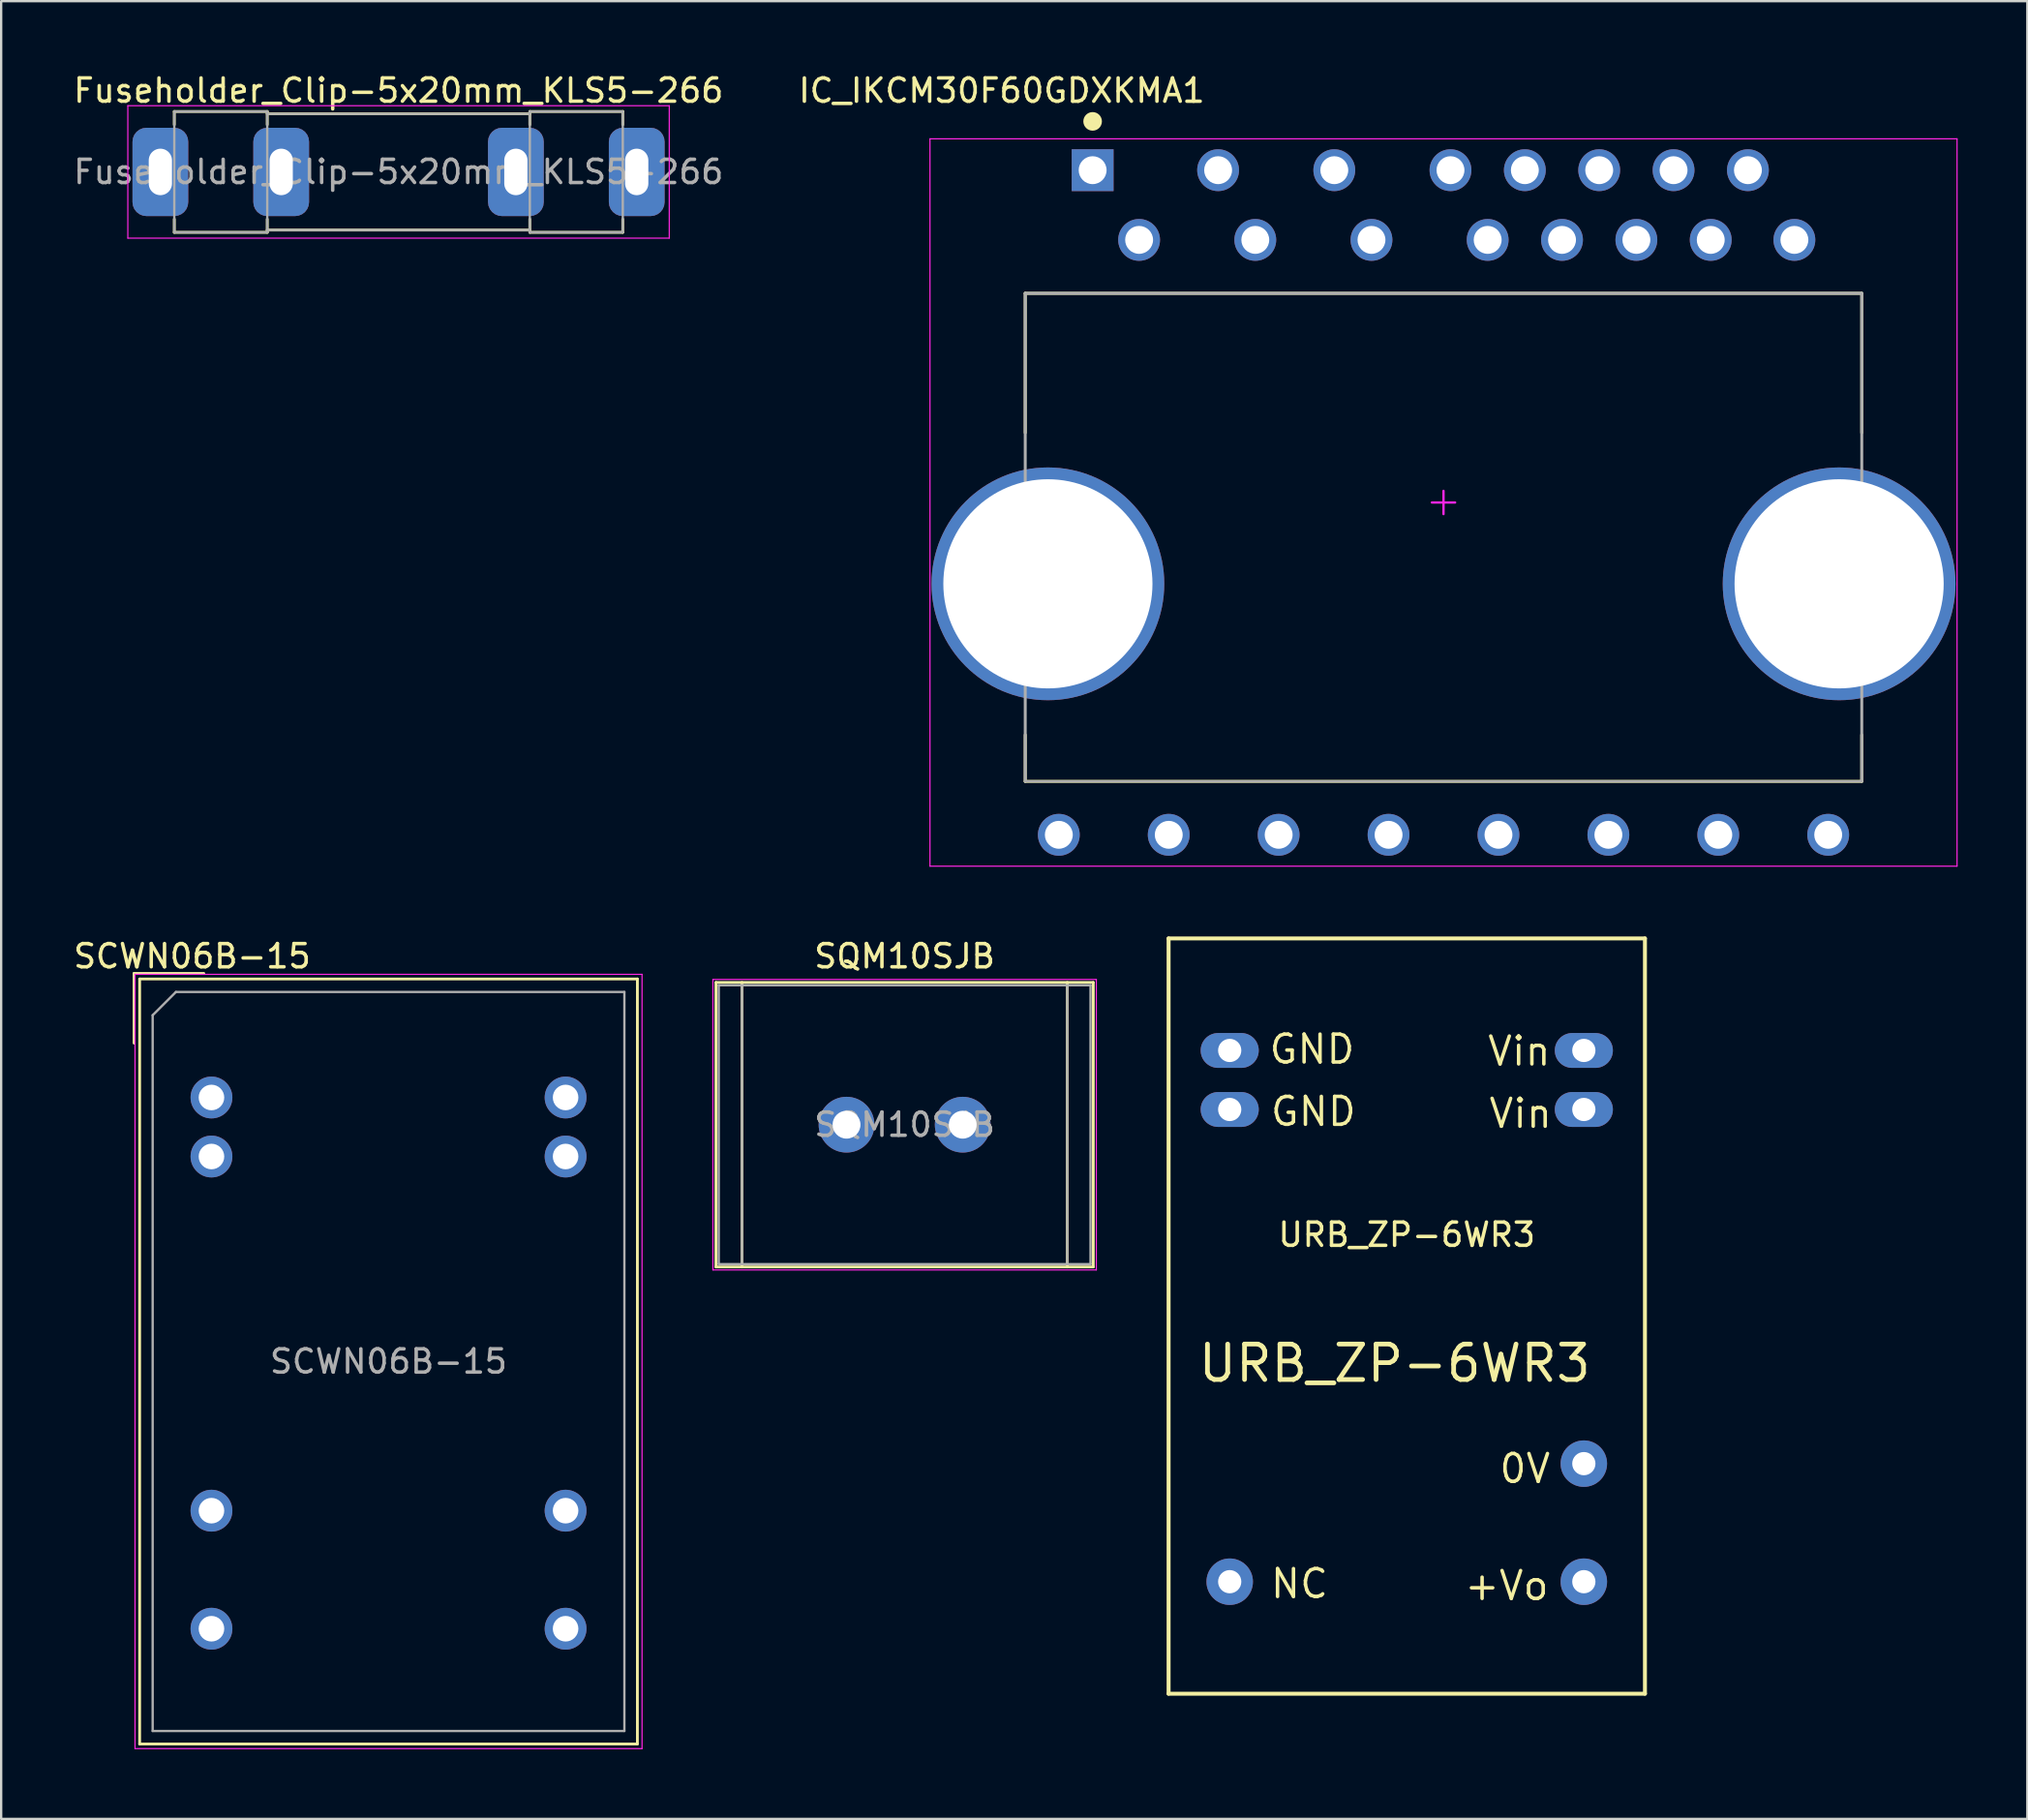
<source format=kicad_pcb>
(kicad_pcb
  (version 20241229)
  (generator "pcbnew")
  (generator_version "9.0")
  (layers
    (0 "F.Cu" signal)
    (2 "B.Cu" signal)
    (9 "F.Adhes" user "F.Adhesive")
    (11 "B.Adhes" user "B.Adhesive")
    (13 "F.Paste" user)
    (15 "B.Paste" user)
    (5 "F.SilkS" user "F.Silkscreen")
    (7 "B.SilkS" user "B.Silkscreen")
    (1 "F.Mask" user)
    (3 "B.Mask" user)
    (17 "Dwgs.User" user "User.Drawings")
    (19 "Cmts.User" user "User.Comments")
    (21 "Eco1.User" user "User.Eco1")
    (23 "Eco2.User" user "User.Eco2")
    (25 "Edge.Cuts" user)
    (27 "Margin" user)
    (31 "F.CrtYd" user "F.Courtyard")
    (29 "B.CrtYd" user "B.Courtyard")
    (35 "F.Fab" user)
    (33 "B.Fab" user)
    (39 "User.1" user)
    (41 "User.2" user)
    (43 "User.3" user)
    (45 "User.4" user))
  (footprint "IC_IKCM30F60GDXKMA1"
    (layer "F.Cu")
    (at 59.071 18.573)
    (property "Reference" "IC_IKCM30F60GDXKMA1" (at -19.012 -17.724 0) (layer "F.SilkS") (effects (font (size 1.002 1.002) (thickness 0.15))))
    (attr through_hole)
    (fp_line (start -18 -9) (end 18 -9) (stroke (width 0.127) (type solid)) (layer "F.SilkS"))
    (fp_line (start -18 -3) (end -18 -9) (stroke (width 0.127) (type solid)) (layer "F.SilkS"))
    (fp_line (start -18 12) (end -18 10) (stroke (width 0.127) (type solid)) (layer "F.SilkS"))
    (fp_line (start -18 12) (end 18 12) (stroke (width 0.127) (type solid)) (layer "F.SilkS"))
    (fp_line (start 18 -3) (end 18 -9) (stroke (width 0.127) (type solid)) (layer "F.SilkS"))
    (fp_line (start 18 12) (end 18 10) (stroke (width 0.127) (type solid)) (layer "F.SilkS"))
    (fp_circle (center -15.1 -16.4) (end -14.9 -16.4) (stroke (width 0.4) (type solid)) (fill no) (layer "F.SilkS"))
    (fp_line (start -22.1 -15.65) (end 22.1 -15.65) (stroke (width 0.05) (type solid)) (layer "F.CrtYd"))
    (fp_line (start -22.1 15.65) (end -22.1 -15.65) (stroke (width 0.05) (type solid)) (layer "F.CrtYd"))
    (fp_line (start -22.1 15.65) (end 22.1 15.65) (stroke (width 0.05) (type solid)) (layer "F.CrtYd"))
    (fp_line (start -0.5 0) (end 0.5 0) (stroke (width 0.1) (type solid)) (layer "F.CrtYd"))
    (fp_line (start 0 0.5) (end 0 -0.5) (stroke (width 0.1) (type solid)) (layer "F.CrtYd"))
    (fp_line (start 22.1 15.65) (end 22.1 -15.65) (stroke (width 0.05) (type solid)) (layer "F.CrtYd"))
    (fp_line (start -18 -9) (end 18 -9) (stroke (width 0.127) (type solid)) (layer "F.Fab"))
    (fp_line (start -18 12) (end -18 -9) (stroke (width 0.127) (type solid)) (layer "F.Fab"))
    (fp_line (start -18 12) (end 18 12) (stroke (width 0.1) (type solid)) (layer "F.Fab"))
    (fp_line (start 18 12) (end 18 -9) (stroke (width 0.127) (type solid)) (layer "F.Fab"))
    (pad "1" thru_hole rect (at -15.1 -14.3) (size 1.8 1.8) (drill 1.2) (layers "*.Cu" "*.Mask"))
    (pad "2" thru_hole circle (at -13.1 -11.3) (size 1.8 1.8) (drill 1.2) (layers "*.Cu" "*.Mask"))
    (pad "3" thru_hole circle (at -9.7 -14.3) (size 1.8 1.8) (drill 1.2) (layers "*.Cu" "*.Mask"))
    (pad "4" thru_hole circle (at -8.1 -11.3) (size 1.8 1.8) (drill 1.2) (layers "*.Cu" "*.Mask"))
    (pad "5" thru_hole circle (at -4.7 -14.3) (size 1.8 1.8) (drill 1.2) (layers "*.Cu" "*.Mask"))
    (pad "6" thru_hole circle (at -3.1 -11.3) (size 1.8 1.8) (drill 1.2) (layers "*.Cu" "*.Mask"))
    (pad "7" thru_hole circle (at 0.3 -14.3) (size 1.8 1.8) (drill 1.2) (layers "*.Cu" "*.Mask"))
    (pad "8" thru_hole circle (at 1.9 -11.3) (size 1.8 1.8) (drill 1.2) (layers "*.Cu" "*.Mask"))
    (pad "9" thru_hole circle (at 3.5 -14.3) (size 1.8 1.8) (drill 1.2) (layers "*.Cu" "*.Mask"))
    (pad "10" thru_hole circle (at 5.1 -11.3) (size 1.8 1.8) (drill 1.2) (layers "*.Cu" "*.Mask"))
    (pad "11" thru_hole circle (at 6.7 -14.3) (size 1.8 1.8) (drill 1.2) (layers "*.Cu" "*.Mask"))
    (pad "12" thru_hole circle (at 8.3 -11.3) (size 1.8 1.8) (drill 1.2) (layers "*.Cu" "*.Mask"))
    (pad "13" thru_hole circle (at 9.9 -14.3) (size 1.8 1.8) (drill 1.2) (layers "*.Cu" "*.Mask"))
    (pad "14" thru_hole circle (at 11.5 -11.3) (size 1.8 1.8) (drill 1.2) (layers "*.Cu" "*.Mask"))
    (pad "15" thru_hole circle (at 13.1 -14.3) (size 1.8 1.8) (drill 1.2) (layers "*.Cu" "*.Mask"))
    (pad "16" thru_hole circle (at 15.1 -11.3) (size 1.8 1.8) (drill 1.2) (layers "*.Cu" "*.Mask"))
    (pad "17" thru_hole circle (at 16.555 14.3) (size 1.8 1.8) (drill 1.2) (layers "*.Cu" "*.Mask"))
    (pad "18" thru_hole circle (at 11.825 14.3) (size 1.8 1.8) (drill 1.2) (layers "*.Cu" "*.Mask"))
    (pad "19" thru_hole circle (at 7.095 14.3) (size 1.8 1.8) (drill 1.2) (layers "*.Cu" "*.Mask"))
    (pad "20" thru_hole circle (at 2.365 14.3) (size 1.8 1.8) (drill 1.2) (layers "*.Cu" "*.Mask"))
    (pad "21" thru_hole circle (at -2.365 14.3) (size 1.8 1.8) (drill 1.2) (layers "*.Cu" "*.Mask"))
    (pad "22" thru_hole circle (at -7.095 14.3) (size 1.8 1.8) (drill 1.2) (layers "*.Cu" "*.Mask"))
    (pad "23" thru_hole circle (at -11.825 14.3) (size 1.8 1.8) (drill 1.2) (layers "*.Cu" "*.Mask"))
    (pad "24" thru_hole circle (at -16.555 14.3) (size 1.8 1.8) (drill 1.2) (layers "*.Cu" "*.Mask"))
    (pad "25" thru_hole circle (at -17.025 3.5) (size 10.016 10.016) (drill 9) (layers "*.Cu"))
    (pad "26" thru_hole circle (at 17.025 3.5) (size 10.016 10.016) (drill 9) (layers "*.Cu")))
  (footprint "SCWN06B-15"
    (layer "F.Cu")
    (at 6.05 41.637)
    (property "Reference" "SCWN06B-15" (at -0.83 -3.54 0) (layer "F.SilkS") (effects (font (size 1 1) (thickness 0.15))))
    (attr through_hole)
    (fp_line (start -3.33 -2.8) (end -0.33 -2.8) (stroke (width 0.12) (type solid)) (layer "F.SilkS"))
    (fp_line (start -3.33 0.2) (end -3.33 -2.8) (stroke (width 0.12) (type solid)) (layer "F.SilkS"))
    (fp_line (start -3.09 -2.56) (end -3.09 30.36) (stroke (width 0.12) (type solid)) (layer "F.SilkS"))
    (fp_line (start -3.09 -2.56) (end 18.33 -2.56) (stroke (width 0.12) (type solid)) (layer "F.SilkS"))
    (fp_line (start -3.09 30.36) (end 18.33 30.36) (stroke (width 0.12) (type solid)) (layer "F.SilkS"))
    (fp_line (start 18.33 -2.56) (end 18.33 30.36) (stroke (width 0.12) (type solid)) (layer "F.SilkS"))
    (fp_line (start -3.29 -2.76) (end -3.29 30.56) (stroke (width 0.05) (type solid)) (layer "F.CrtYd"))
    (fp_line (start -3.29 30.56) (end 18.53 30.56) (stroke (width 0.05) (type solid)) (layer "F.CrtYd"))
    (fp_line (start 18.53 -2.76) (end -3.29 -2.76) (stroke (width 0.05) (type solid)) (layer "F.CrtYd"))
    (fp_line (start 18.53 30.56) (end 18.53 -2.76) (stroke (width 0.05) (type solid)) (layer "F.CrtYd"))
    (fp_line (start -2.53 -1) (end -1.53 -2) (stroke (width 0.1) (type solid)) (layer "F.Fab"))
    (fp_line (start -2.53 29.8) (end -2.53 -1) (stroke (width 0.1) (type solid)) (layer "F.Fab"))
    (fp_line (start -1.53 -2) (end 17.77 -2) (stroke (width 0.1) (type solid)) (layer "F.Fab"))
    (fp_line (start 17.77 -2) (end 17.77 29.8) (stroke (width 0.1) (type solid)) (layer "F.Fab"))
    (fp_line (start 17.77 29.8) (end -2.53 29.8) (stroke (width 0.1) (type solid)) (layer "F.Fab"))
    (fp_text user "${REFERENCE}" (at 7.62 13.9 0) (layer "F.Fab") (effects (font (size 1 1) (thickness 0.15))))
    (pad "2" thru_hole circle (at 0 2.54) (size 1.8 1.8) (drill 1.1) (layers "*.Cu" "*.Mask"))
    (pad "3" thru_hole circle (at 0 5.08) (size 1.8 1.8) (drill 1.1) (layers "*.Cu" "*.Mask"))
    (pad "9" thru_hole circle (at 0 20.32) (size 1.8 1.8) (drill 1.1) (layers "*.Cu" "*.Mask"))
    (pad "11" thru_hole circle (at 0 25.4) (size 1.8 1.8) (drill 1.1) (layers "*.Cu" "*.Mask"))
    (pad "14" thru_hole circle (at 15.24 25.4) (size 1.8 1.8) (drill 1.1) (layers "*.Cu" "*.Mask"))
    (pad "16" thru_hole circle (at 15.24 20.32) (size 1.8 1.8) (drill 1.1) (layers "*.Cu" "*.Mask"))
    (pad "22" thru_hole circle (at 15.24 5.08) (size 1.8 1.8) (drill 1.1) (layers "*.Cu" "*.Mask"))
    (pad "23" thru_hole circle (at 15.24 2.54) (size 1.8 1.8) (drill 1.1) (layers "*.Cu" "*.Mask")))
  (footprint "URB_ZP-6WR3"
    (layer "F.Cu")
    (at 57.49 53.583)
    (property "Reference" "URB_ZP-6WR3" (at 0 -3.5 0) (layer "F.SilkS") (effects (font (size 1 1) (thickness 0.15))))
    (attr through_hole)
    (fp_line (start -10.25 -16.25) (end 10.25 -16.25) (stroke (width 0.17) (type solid)) (layer "F.SilkS"))
    (fp_line (start -10.25 16.25) (end -10.25 -16.25) (stroke (width 0.17) (type solid)) (layer "F.SilkS"))
    (fp_line (start -10.25 16.25) (end 10.25 16.25) (stroke (width 0.17) (type solid)) (layer "F.SilkS"))
    (fp_line (start 10.25 16.25) (end 10.25 -16.25) (stroke (width 0.17) (type solid)) (layer "F.SilkS"))
    (fp_text_box "NC" (start -6.846 9.916) (end -3 13) (margins 0.95 0.95 0.95 0.95) (layer "F.SilkS") (effects (font (size 1.2 1.2) (thickness 0.15)) (justify left top)) (border no) (stroke (width 0.1) (type default)))
    (fp_text_box "+Vo" (start 1.5 10) (end 6.5 13) (margins 0.95 0.95 0.95 0.95) (layer "F.SilkS") (effects (font (size 1.2 1.2) (thickness 0.15)) (justify left top)) (border no) (stroke (width 0.1) (type default)))
    (fp_text_box "GND" (start -6.846 -10.404) (end -1.5 -7.5) (margins 0.95 0.95 0.95 0.95) (layer "F.SilkS") (effects (font (size 1.2 1.2) (thickness 0.15)) (justify left top)) (border no) (stroke (width 0.1) (type default)))
    (fp_text_box "0V" (start 3 4.964) (end 7.5 8.036) (margins 0.9 0.9 0.9 0.9) (layer "F.SilkS") (effects (font (size 1.2 1.2) (thickness 0.15)) (justify left top)) (border no) (stroke (width 0) (type solid)))
    (fp_text_box "GND" (start -6.903 -13.084) (end -1.48 -10.404) (margins 0.95 0.95 0.95 0.95) (layer "F.SilkS") (effects (font (size 1.2 1.2) (thickness 0.15)) (justify left top)) (border no) (stroke (width 0.1) (type default)))
    (fp_text_box "URB_ZP-6WR3" (start -10.217 0) (end 10.25 4.349) (margins 1.193 1.193 1.193 1.193) (layer "F.SilkS") (effects (font (size 1.524 1.524) (thickness 0.203)) (justify left top)) (border no) (stroke (width 0.1) (type default)))
    (fp_text_box "Vin" (start 2.557 -10.32) (end 6.5 -7.5) (margins 0.95 0.95 0.95 0.95) (layer "F.SilkS") (effects (font (size 1.2 1.2) (thickness 0.15)) (justify left top)) (border no) (stroke (width 0.1) (type default)))
    (fp_text_box "Vin" (start 2.5 -13) (end 7 -10.5) (margins 0.95 0.95 0.95 0.95) (layer "F.SilkS") (effects (font (size 1.2 1.2) (thickness 0.15)) (justify left top)) (border no) (stroke (width 0.1) (type default)))
    (pad "2" thru_hole oval (at -7.62 -11.43 270) (size 1.5 2.5) (drill 1) (layers "*.Cu" "*.Mask"))
    (pad "3" thru_hole oval (at -7.62 -8.89 270) (size 1.5 2.5) (drill 1) (layers "*.Cu" "*.Mask"))
    (pad "11" thru_hole circle (at -7.62 11.43 270) (size 2 2) (drill 1) (layers "*.Cu" "*.Mask"))
    (pad "14" thru_hole circle (at 7.62 11.43 270) (size 2 2) (drill 1) (layers "*.Cu" "*.Mask"))
    (pad "16" thru_hole circle (at 7.62 6.35 270) (size 2 2) (drill 1) (layers "*.Cu" "*.Mask"))
    (pad "22" thru_hole oval (at 7.62 -8.89 270) (size 1.5 2.5) (drill 1) (layers "*.Cu" "*.Mask"))
    (pad "23" thru_hole oval (at 7.62 -11.43 270) (size 1.5 2.5) (drill 1) (layers "*.Cu" "*.Mask")))
  (footprint "Fuseholder_Clip-5x20mm_KLS5-266"
    (layer "F.Cu")
    (at 3.851 4.348)
    (property "Reference" "Fuseholder_Clip-5x20mm_KLS5-266" (at 10.25 -3.5 0) (layer "F.SilkS") (effects (font (size 1 1) (thickness 0.15))))
    (attr through_hole)
    (fp_line (start 0.6 -2.6) (end 0.6 -2.032) (stroke (width 0.12) (type solid)) (layer "F.SilkS"))
    (fp_line (start 0.6 2.6) (end 0.6 2.032) (stroke (width 0.12) (type solid)) (layer "F.SilkS"))
    (fp_line (start 4.6 -2.6) (end 0.6 -2.6) (stroke (width 0.12) (type solid)) (layer "F.SilkS"))
    (fp_line (start 4.6 -2.6) (end 4.6 -2.032) (stroke (width 0.12) (type solid)) (layer "F.SilkS"))
    (fp_line (start 4.6 2.6) (end 0.6 2.6) (stroke (width 0.12) (type solid)) (layer "F.SilkS"))
    (fp_line (start 4.6 2.6) (end 4.6 2.032) (stroke (width 0.12) (type solid)) (layer "F.SilkS"))
    (fp_line (start 15.9 -2.6) (end 15.9 -2.032) (stroke (width 0.12) (type solid)) (layer "F.SilkS"))
    (fp_line (start 15.9 -2.5) (end 4.6 -2.5) (stroke (width 0.12) (type solid)) (layer "F.SilkS"))
    (fp_line (start 15.9 2.5) (end 4.6 2.5) (stroke (width 0.12) (type solid)) (layer "F.SilkS"))
    (fp_line (start 15.9 2.6) (end 15.9 2.032) (stroke (width 0.12) (type solid)) (layer "F.SilkS"))
    (fp_line (start 15.9 2.6) (end 19.9 2.6) (stroke (width 0.12) (type solid)) (layer "F.SilkS"))
    (fp_line (start 19.9 -2.6) (end 15.9 -2.6) (stroke (width 0.12) (type solid)) (layer "F.SilkS"))
    (fp_line (start 19.9 -2.032) (end 19.9 -2.6) (stroke (width 0.12) (type solid)) (layer "F.SilkS"))
    (fp_line (start 19.9 2.032) (end 19.9 2.6) (stroke (width 0.12) (type solid)) (layer "F.SilkS"))
    (fp_line (start -1.4 -2.85) (end -1.4 2.85) (stroke (width 0.05) (type solid)) (layer "F.CrtYd"))
    (fp_line (start -1.4 -2.85) (end 21.9 -2.85) (stroke (width 0.05) (type solid)) (layer "F.CrtYd"))
    (fp_line (start 21.9 2.85) (end -1.4 2.85) (stroke (width 0.05) (type solid)) (layer "F.CrtYd"))
    (fp_line (start 21.9 2.85) (end 21.9 -2.85) (stroke (width 0.05) (type solid)) (layer "F.CrtYd"))
    (fp_line (start 0.6 -2.6) (end 4.6 -2.6) (stroke (width 0.1) (type solid)) (layer "F.Fab"))
    (fp_line (start 0.6 2.6) (end 0.6 -2.6) (stroke (width 0.1) (type solid)) (layer "F.Fab"))
    (fp_line (start 4.6 -2.6) (end 4.6 2.6) (stroke (width 0.1) (type solid)) (layer "F.Fab"))
    (fp_line (start 4.6 -2.5) (end 15.9 -2.5) (stroke (width 0.1) (type solid)) (layer "F.Fab"))
    (fp_line (start 4.6 2.6) (end 0.6 2.6) (stroke (width 0.1) (type solid)) (layer "F.Fab"))
    (fp_line (start 15.9 -2.6) (end 15.9 2.6) (stroke (width 0.1) (type solid)) (layer "F.Fab"))
    (fp_line (start 15.9 2.5) (end 4.6 2.5) (stroke (width 0.1) (type solid)) (layer "F.Fab"))
    (fp_line (start 15.9 2.6) (end 19.9 2.6) (stroke (width 0.1) (type solid)) (layer "F.Fab"))
    (fp_line (start 19.9 -2.6) (end 15.9 -2.6) (stroke (width 0.1) (type solid)) (layer "F.Fab"))
    (fp_line (start 19.9 2.6) (end 19.9 -2.6) (stroke (width 0.1) (type solid)) (layer "F.Fab"))
    (fp_text user "${REFERENCE}" (at 10.25 0 0) (layer "F.Fab") (effects (font (size 1 1) (thickness 0.15))))
    (pad "1" thru_hole roundrect (at 0 0) (size 2.4 3.8) (drill oval 1 2) (layers "*.Cu" "*.Mask") (roundrect_rratio 0.25))
    (pad "1" thru_hole roundrect (at 5.2 0) (size 2.4 3.8) (drill oval 1 2) (layers "*.Cu" "*.Mask") (roundrect_rratio 0.25))
    (pad "2" thru_hole roundrect (at 15.3 0) (size 2.4 3.8) (drill oval 1 2) (layers "*.Cu" "*.Mask") (roundrect_rratio 0.25))
    (pad "2" thru_hole roundrect (at 20.5 0) (size 2.4 3.8) (drill oval 1 2) (layers "*.Cu" "*.Mask") (roundrect_rratio 0.25)))
  (footprint "SQM10SJB"
    (layer "F.Cu")
    (at 33.38 45.347)
    (property "Reference" "SQM10SJB" (at 2.5 -7.25 0) (layer "F.SilkS") (effects (font (size 1 1) (thickness 0.15))))
    (attr through_hole)
    (fp_line (start -5.62 -6.12) (end -5.62 6.12) (stroke (width 0.12) (type solid)) (layer "F.SilkS"))
    (fp_line (start -5.62 -6.12) (end 10.62 -6.12) (stroke (width 0.12) (type solid)) (layer "F.SilkS"))
    (fp_line (start -5.62 6.12) (end 10.62 6.12) (stroke (width 0.12) (type solid)) (layer "F.SilkS"))
    (fp_line (start -4.5 -6.12) (end -4.5 6.12) (stroke (width 0.12) (type solid)) (layer "F.SilkS"))
    (fp_line (start 9.5 -6.12) (end 9.5 6.12) (stroke (width 0.12) (type solid)) (layer "F.SilkS"))
    (fp_line (start 10.62 -6.12) (end 10.62 6.12) (stroke (width 0.12) (type solid)) (layer "F.SilkS"))
    (fp_line (start -5.75 -6.25) (end -5.75 6.25) (stroke (width 0.05) (type solid)) (layer "F.CrtYd"))
    (fp_line (start -5.75 6.25) (end 10.75 6.25) (stroke (width 0.05) (type solid)) (layer "F.CrtYd"))
    (fp_line (start 10.75 -6.25) (end -5.75 -6.25) (stroke (width 0.05) (type solid)) (layer "F.CrtYd"))
    (fp_line (start 10.75 6.25) (end 10.75 -6.25) (stroke (width 0.05) (type solid)) (layer "F.CrtYd"))
    (fp_line (start -5.5 -6) (end -5.5 6) (stroke (width 0.1) (type solid)) (layer "F.Fab"))
    (fp_line (start -5.5 6) (end 10.5 6) (stroke (width 0.1) (type solid)) (layer "F.Fab"))
    (fp_line (start -4.5 -6) (end -4.5 6) (stroke (width 0.1) (type solid)) (layer "F.Fab"))
    (fp_line (start 9.5 -6) (end 9.5 6) (stroke (width 0.1) (type solid)) (layer "F.Fab"))
    (fp_line (start 10.5 -6) (end -5.5 -6) (stroke (width 0.1) (type solid)) (layer "F.Fab"))
    (fp_line (start 10.5 6) (end 10.5 -6) (stroke (width 0.1) (type solid)) (layer "F.Fab"))
    (fp_text user "${REFERENCE}" (at 2.5 0 0) (layer "F.Fab") (effects (font (size 1 1) (thickness 0.15))))
    (pad "1" thru_hole circle (at 0 0) (size 2.4 2.4) (drill 1.2) (layers "*.Cu" "*.Mask"))
    (pad "2" thru_hole circle (at 5 0) (size 2.4 2.4) (drill 1.2) (layers "*.Cu" "*.Mask")))
  (gr_rect
    (start -3 -3)
    (end 84.196 75.222)
    (stroke (width 0.1) (type default))
    (fill no)
    (layer "Edge.Cuts")))
</source>
